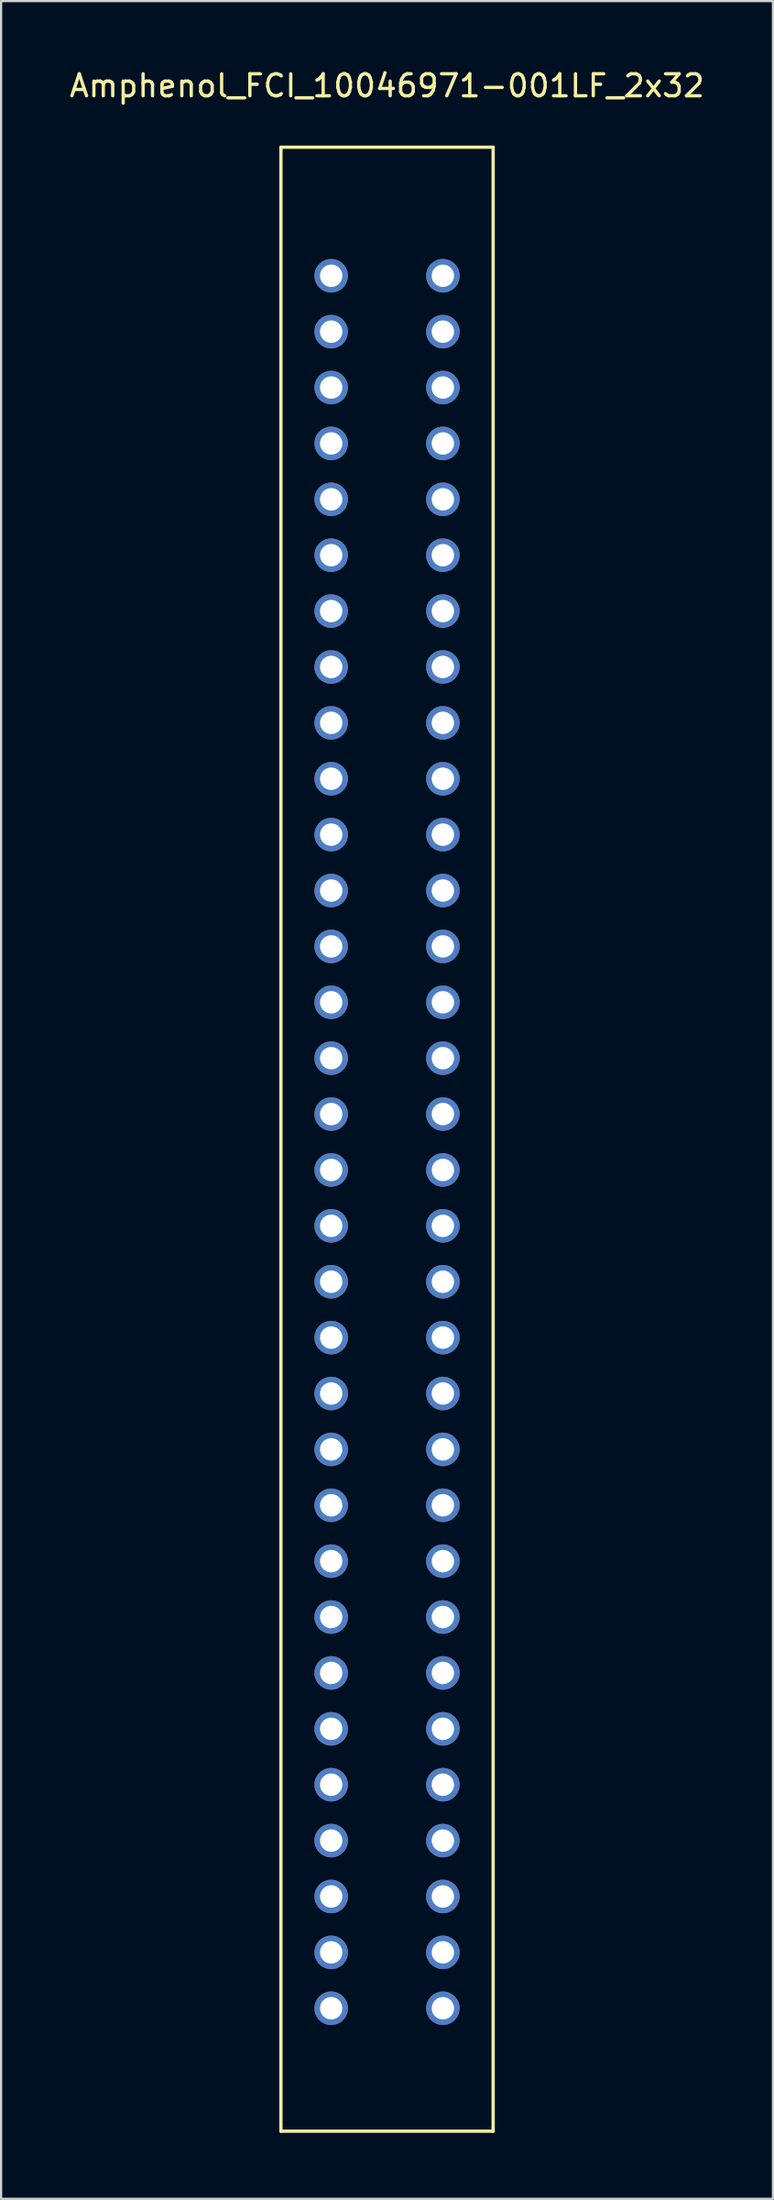
<source format=kicad_pcb>
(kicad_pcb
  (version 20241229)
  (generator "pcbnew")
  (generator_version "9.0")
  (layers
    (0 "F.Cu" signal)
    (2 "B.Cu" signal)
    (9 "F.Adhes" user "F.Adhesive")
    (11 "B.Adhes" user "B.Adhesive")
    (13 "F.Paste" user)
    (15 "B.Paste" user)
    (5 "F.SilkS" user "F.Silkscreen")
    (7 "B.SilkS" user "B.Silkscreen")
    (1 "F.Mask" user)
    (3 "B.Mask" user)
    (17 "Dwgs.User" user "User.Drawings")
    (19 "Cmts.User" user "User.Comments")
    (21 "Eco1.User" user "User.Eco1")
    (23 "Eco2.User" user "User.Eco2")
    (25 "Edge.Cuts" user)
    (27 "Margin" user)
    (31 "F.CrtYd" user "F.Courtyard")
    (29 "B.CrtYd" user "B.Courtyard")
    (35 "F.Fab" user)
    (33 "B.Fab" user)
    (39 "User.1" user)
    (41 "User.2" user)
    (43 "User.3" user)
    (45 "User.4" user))
  (footprint "Amphenol_FCI_10046971-001LF_2x32"
    (layer "F.Cu")
    (at 14.554 48.854)
    (property "Reference" "Amphenol_FCI_10046971-001LF_2x32" (at 0 -48.006 0) (layer "F.SilkS") (effects (font (size 1 1) (thickness 0.15))))
    (attr through_hole)
    (fp_line (start -4.826 -45.212) (end -4.826 44.958) (stroke (width 0.15) (type solid)) (layer "F.SilkS"))
    (fp_line (start -4.826 44.958) (end 4.826 44.958) (stroke (width 0.15) (type solid)) (layer "F.SilkS"))
    (fp_line (start 4.826 -45.212) (end -4.826 -45.212) (stroke (width 0.15) (type solid)) (layer "F.SilkS"))
    (fp_line (start 4.826 44.958) (end 4.826 -45.212) (stroke (width 0.15) (type solid)) (layer "F.SilkS"))
    (pad "1" thru_hole circle (at -2.54 -39.37) (size 1.524 1.524) (drill 1.02) (layers "*.Cu" "*.Mask"))
    (pad "2" thru_hole circle (at -2.54 -36.83) (size 1.524 1.524) (drill 1.02) (layers "*.Cu" "*.Mask"))
    (pad "3" thru_hole circle (at -2.54 -34.29) (size 1.524 1.524) (drill 1.02) (layers "*.Cu" "*.Mask"))
    (pad "4" thru_hole circle (at -2.54 -31.75) (size 1.524 1.524) (drill 1.02) (layers "*.Cu" "*.Mask"))
    (pad "5" thru_hole circle (at -2.54 -29.21) (size 1.524 1.524) (drill 1.02) (layers "*.Cu" "*.Mask"))
    (pad "6" thru_hole circle (at -2.54 -26.67) (size 1.524 1.524) (drill 1.02) (layers "*.Cu" "*.Mask"))
    (pad "7" thru_hole circle (at -2.54 -24.13) (size 1.524 1.524) (drill 1.02) (layers "*.Cu" "*.Mask"))
    (pad "8" thru_hole circle (at -2.54 -21.59) (size 1.524 1.524) (drill 1.02) (layers "*.Cu" "*.Mask"))
    (pad "9" thru_hole circle (at -2.54 -19.05) (size 1.524 1.524) (drill 1.02) (layers "*.Cu" "*.Mask"))
    (pad "10" thru_hole circle (at -2.54 -16.51) (size 1.524 1.524) (drill 1.02) (layers "*.Cu" "*.Mask"))
    (pad "11" thru_hole circle (at -2.54 -13.97) (size 1.524 1.524) (drill 1.02) (layers "*.Cu" "*.Mask"))
    (pad "12" thru_hole circle (at -2.54 -11.43) (size 1.524 1.524) (drill 1.02) (layers "*.Cu" "*.Mask"))
    (pad "13" thru_hole circle (at -2.54 -8.89) (size 1.524 1.524) (drill 1.02) (layers "*.Cu" "*.Mask"))
    (pad "14" thru_hole circle (at -2.54 -6.35) (size 1.524 1.524) (drill 1.02) (layers "*.Cu" "*.Mask"))
    (pad "15" thru_hole circle (at -2.54 -3.81) (size 1.524 1.524) (drill 1.02) (layers "*.Cu" "*.Mask"))
    (pad "16" thru_hole circle (at -2.54 -1.27) (size 1.524 1.524) (drill 1.02) (layers "*.Cu" "*.Mask"))
    (pad "17" thru_hole circle (at -2.54 1.27) (size 1.524 1.524) (drill 1.02) (layers "*.Cu" "*.Mask"))
    (pad "18" thru_hole circle (at -2.54 3.81) (size 1.524 1.524) (drill 1.02) (layers "*.Cu" "*.Mask"))
    (pad "19" thru_hole circle (at -2.54 6.35) (size 1.524 1.524) (drill 1.02) (layers "*.Cu" "*.Mask"))
    (pad "20" thru_hole circle (at -2.54 8.89) (size 1.524 1.524) (drill 1.02) (layers "*.Cu" "*.Mask"))
    (pad "21" thru_hole circle (at -2.54 11.43) (size 1.524 1.524) (drill 1.02) (layers "*.Cu" "*.Mask"))
    (pad "22" thru_hole circle (at -2.54 13.97) (size 1.524 1.524) (drill 1.02) (layers "*.Cu" "*.Mask"))
    (pad "23" thru_hole circle (at -2.54 16.51) (size 1.524 1.524) (drill 1.02) (layers "*.Cu" "*.Mask"))
    (pad "24" thru_hole circle (at -2.54 19.05) (size 1.524 1.524) (drill 1.02) (layers "*.Cu" "*.Mask"))
    (pad "25" thru_hole circle (at -2.54 21.59) (size 1.524 1.524) (drill 1.02) (layers "*.Cu" "*.Mask"))
    (pad "26" thru_hole circle (at -2.54 24.13) (size 1.524 1.524) (drill 1.02) (layers "*.Cu" "*.Mask"))
    (pad "27" thru_hole circle (at -2.54 26.67) (size 1.524 1.524) (drill 1.02) (layers "*.Cu" "*.Mask"))
    (pad "28" thru_hole circle (at -2.54 29.21) (size 1.524 1.524) (drill 1.02) (layers "*.Cu" "*.Mask"))
    (pad "29" thru_hole circle (at -2.54 31.75) (size 1.524 1.524) (drill 1.02) (layers "*.Cu" "*.Mask"))
    (pad "30" thru_hole circle (at -2.54 34.29) (size 1.524 1.524) (drill 1.02) (layers "*.Cu" "*.Mask"))
    (pad "31" thru_hole circle (at -2.54 36.83) (size 1.524 1.524) (drill 1.02) (layers "*.Cu" "*.Mask"))
    (pad "32" thru_hole circle (at -2.54 39.37) (size 1.524 1.524) (drill 1.02) (layers "*.Cu" "*.Mask"))
    (pad "33" thru_hole circle (at 2.54 39.37) (size 1.524 1.524) (drill 1.02) (layers "*.Cu" "*.Mask"))
    (pad "34" thru_hole circle (at 2.54 36.83) (size 1.524 1.524) (drill 1.02) (layers "*.Cu" "*.Mask"))
    (pad "35" thru_hole circle (at 2.54 34.29) (size 1.524 1.524) (drill 1.02) (layers "*.Cu" "*.Mask"))
    (pad "36" thru_hole circle (at 2.54 31.75) (size 1.524 1.524) (drill 1.02) (layers "*.Cu" "*.Mask"))
    (pad "37" thru_hole circle (at 2.54 29.21) (size 1.524 1.524) (drill 1.02) (layers "*.Cu" "*.Mask"))
    (pad "38" thru_hole circle (at 2.54 26.67) (size 1.524 1.524) (drill 1.02) (layers "*.Cu" "*.Mask"))
    (pad "39" thru_hole circle (at 2.54 24.13) (size 1.524 1.524) (drill 1.02) (layers "*.Cu" "*.Mask"))
    (pad "40" thru_hole circle (at 2.54 21.59) (size 1.524 1.524) (drill 1.02) (layers "*.Cu" "*.Mask"))
    (pad "41" thru_hole circle (at 2.54 19.05) (size 1.524 1.524) (drill 1.02) (layers "*.Cu" "*.Mask"))
    (pad "42" thru_hole circle (at 2.54 16.51) (size 1.524 1.524) (drill 1.02) (layers "*.Cu" "*.Mask"))
    (pad "43" thru_hole circle (at 2.54 13.97) (size 1.524 1.524) (drill 1.02) (layers "*.Cu" "*.Mask"))
    (pad "44" thru_hole circle (at 2.54 11.43) (size 1.524 1.524) (drill 1.02) (layers "*.Cu" "*.Mask"))
    (pad "45" thru_hole circle (at 2.54 8.89) (size 1.524 1.524) (drill 1.02) (layers "*.Cu" "*.Mask"))
    (pad "46" thru_hole circle (at 2.54 6.35) (size 1.524 1.524) (drill 1.02) (layers "*.Cu" "*.Mask"))
    (pad "47" thru_hole circle (at 2.54 3.81) (size 1.524 1.524) (drill 1.02) (layers "*.Cu" "*.Mask"))
    (pad "48" thru_hole circle (at 2.54 1.27) (size 1.524 1.524) (drill 1.02) (layers "*.Cu" "*.Mask"))
    (pad "49" thru_hole circle (at 2.54 -1.27) (size 1.524 1.524) (drill 1.02) (layers "*.Cu" "*.Mask"))
    (pad "50" thru_hole circle (at 2.54 -3.81) (size 1.524 1.524) (drill 1.02) (layers "*.Cu" "*.Mask"))
    (pad "51" thru_hole circle (at 2.54 -6.35) (size 1.524 1.524) (drill 1.02) (layers "*.Cu" "*.Mask"))
    (pad "52" thru_hole circle (at 2.54 -8.89) (size 1.524 1.524) (drill 1.02) (layers "*.Cu" "*.Mask"))
    (pad "53" thru_hole circle (at 2.54 -11.43) (size 1.524 1.524) (drill 1.02) (layers "*.Cu" "*.Mask"))
    (pad "54" thru_hole circle (at 2.54 -13.97) (size 1.524 1.524) (drill 1.02) (layers "*.Cu" "*.Mask"))
    (pad "55" thru_hole circle (at 2.54 -16.51) (size 1.524 1.524) (drill 1.02) (layers "*.Cu" "*.Mask"))
    (pad "56" thru_hole circle (at 2.54 -19.05) (size 1.524 1.524) (drill 1.02) (layers "*.Cu" "*.Mask"))
    (pad "57" thru_hole circle (at 2.54 -21.59) (size 1.524 1.524) (drill 1.02) (layers "*.Cu" "*.Mask"))
    (pad "58" thru_hole circle (at 2.54 -24.13) (size 1.524 1.524) (drill 1.02) (layers "*.Cu" "*.Mask"))
    (pad "59" thru_hole circle (at 2.54 -26.67) (size 1.524 1.524) (drill 1.02) (layers "*.Cu" "*.Mask"))
    (pad "60" thru_hole circle (at 2.54 -29.21) (size 1.524 1.524) (drill 1.02) (layers "*.Cu" "*.Mask"))
    (pad "61" thru_hole circle (at 2.54 -31.75) (size 1.524 1.524) (drill 1.02) (layers "*.Cu" "*.Mask"))
    (pad "62" thru_hole circle (at 2.54 -34.29) (size 1.524 1.524) (drill 1.02) (layers "*.Cu" "*.Mask"))
    (pad "63" thru_hole circle (at 2.54 -36.83) (size 1.524 1.524) (drill 1.02) (layers "*.Cu" "*.Mask"))
    (pad "64" thru_hole circle (at 2.54 -39.37) (size 1.524 1.524) (drill 1.02) (layers "*.Cu" "*.Mask")))
  (gr_rect
    (start -3 -3)
    (end 32.107 96.887)
    (stroke (width 0.1) (type default))
    (fill no)
    (layer "Edge.Cuts")))
</source>
